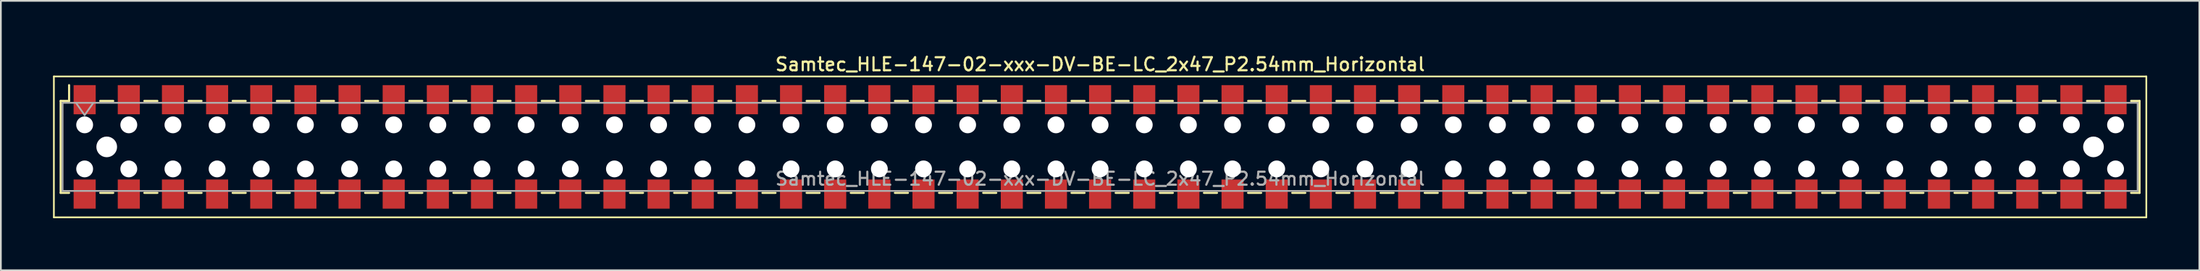
<source format=kicad_pcb>
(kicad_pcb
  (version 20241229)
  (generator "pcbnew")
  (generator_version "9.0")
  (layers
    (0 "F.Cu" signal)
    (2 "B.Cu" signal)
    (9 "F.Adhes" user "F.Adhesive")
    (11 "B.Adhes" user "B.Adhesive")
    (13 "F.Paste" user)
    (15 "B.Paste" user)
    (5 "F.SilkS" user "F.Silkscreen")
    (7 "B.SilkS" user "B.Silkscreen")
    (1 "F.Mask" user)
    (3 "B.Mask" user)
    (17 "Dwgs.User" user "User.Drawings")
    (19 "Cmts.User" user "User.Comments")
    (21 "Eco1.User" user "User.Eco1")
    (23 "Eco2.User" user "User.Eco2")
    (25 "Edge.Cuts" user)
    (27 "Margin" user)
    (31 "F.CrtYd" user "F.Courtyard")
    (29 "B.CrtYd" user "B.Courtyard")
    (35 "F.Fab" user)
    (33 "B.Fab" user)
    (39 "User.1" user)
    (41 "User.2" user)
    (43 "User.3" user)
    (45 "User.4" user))
  (footprint "Samtec_HLE-147-02-xxx-DV-BE-LC_2x47_P2.54mm_Horizontal"
    (layer "F.Cu")
    (at 60.24 5.418)
    (property "Reference" "Samtec_HLE-147-02-xxx-DV-BE-LC_2x47_P2.54mm_Horizontal" (at 0 -4.76 0) (layer "F.SilkS") (effects (font (size 0.75 0.75) (thickness 0.125))))
    (attr smd)
    (fp_line (start -60.19 -4.06) (end 60.19 -4.06) (stroke (width 0.1) (type solid)) (layer "F.SilkS"))
    (fp_line (start -60.19 4.06) (end -60.19 -4.06) (stroke (width 0.1) (type solid)) (layer "F.SilkS"))
    (fp_line (start -59.8 -2.65) (end -59.8 2.65) (stroke (width 0.12) (type solid)) (layer "F.SilkS"))
    (fp_line (start -59.8 2.65) (end -59.315 2.65) (stroke (width 0.12) (type solid)) (layer "F.SilkS"))
    (fp_line (start -59.315 -3.56) (end -59.315 -2.65) (stroke (width 0.12) (type solid)) (layer "F.SilkS"))
    (fp_line (start -59.315 -2.65) (end -59.8 -2.65) (stroke (width 0.12) (type solid)) (layer "F.SilkS"))
    (fp_line (start -57.525 -2.65) (end -56.775 -2.65) (stroke (width 0.12) (type solid)) (layer "F.SilkS"))
    (fp_line (start -57.525 2.65) (end -56.775 2.65) (stroke (width 0.12) (type solid)) (layer "F.SilkS"))
    (fp_line (start -54.985 -2.65) (end -54.235 -2.65) (stroke (width 0.12) (type solid)) (layer "F.SilkS"))
    (fp_line (start -54.985 2.65) (end -54.235 2.65) (stroke (width 0.12) (type solid)) (layer "F.SilkS"))
    (fp_line (start -52.445 -2.65) (end -51.695 -2.65) (stroke (width 0.12) (type solid)) (layer "F.SilkS"))
    (fp_line (start -52.445 2.65) (end -51.695 2.65) (stroke (width 0.12) (type solid)) (layer "F.SilkS"))
    (fp_line (start -49.905 -2.65) (end -49.155 -2.65) (stroke (width 0.12) (type solid)) (layer "F.SilkS"))
    (fp_line (start -49.905 2.65) (end -49.155 2.65) (stroke (width 0.12) (type solid)) (layer "F.SilkS"))
    (fp_line (start -47.365 -2.65) (end -46.615 -2.65) (stroke (width 0.12) (type solid)) (layer "F.SilkS"))
    (fp_line (start -47.365 2.65) (end -46.615 2.65) (stroke (width 0.12) (type solid)) (layer "F.SilkS"))
    (fp_line (start -44.825 -2.65) (end -44.075 -2.65) (stroke (width 0.12) (type solid)) (layer "F.SilkS"))
    (fp_line (start -44.825 2.65) (end -44.075 2.65) (stroke (width 0.12) (type solid)) (layer "F.SilkS"))
    (fp_line (start -42.285 -2.65) (end -41.535 -2.65) (stroke (width 0.12) (type solid)) (layer "F.SilkS"))
    (fp_line (start -42.285 2.65) (end -41.535 2.65) (stroke (width 0.12) (type solid)) (layer "F.SilkS"))
    (fp_line (start -39.745 -2.65) (end -38.995 -2.65) (stroke (width 0.12) (type solid)) (layer "F.SilkS"))
    (fp_line (start -39.745 2.65) (end -38.995 2.65) (stroke (width 0.12) (type solid)) (layer "F.SilkS"))
    (fp_line (start -37.205 -2.65) (end -36.455 -2.65) (stroke (width 0.12) (type solid)) (layer "F.SilkS"))
    (fp_line (start -37.205 2.65) (end -36.455 2.65) (stroke (width 0.12) (type solid)) (layer "F.SilkS"))
    (fp_line (start -34.665 -2.65) (end -33.915 -2.65) (stroke (width 0.12) (type solid)) (layer "F.SilkS"))
    (fp_line (start -34.665 2.65) (end -33.915 2.65) (stroke (width 0.12) (type solid)) (layer "F.SilkS"))
    (fp_line (start -32.125 -2.65) (end -31.375 -2.65) (stroke (width 0.12) (type solid)) (layer "F.SilkS"))
    (fp_line (start -32.125 2.65) (end -31.375 2.65) (stroke (width 0.12) (type solid)) (layer "F.SilkS"))
    (fp_line (start -29.585 -2.65) (end -28.835 -2.65) (stroke (width 0.12) (type solid)) (layer "F.SilkS"))
    (fp_line (start -29.585 2.65) (end -28.835 2.65) (stroke (width 0.12) (type solid)) (layer "F.SilkS"))
    (fp_line (start -27.045 -2.65) (end -26.295 -2.65) (stroke (width 0.12) (type solid)) (layer "F.SilkS"))
    (fp_line (start -27.045 2.65) (end -26.295 2.65) (stroke (width 0.12) (type solid)) (layer "F.SilkS"))
    (fp_line (start -24.505 -2.65) (end -23.755 -2.65) (stroke (width 0.12) (type solid)) (layer "F.SilkS"))
    (fp_line (start -24.505 2.65) (end -23.755 2.65) (stroke (width 0.12) (type solid)) (layer "F.SilkS"))
    (fp_line (start -21.965 -2.65) (end -21.215 -2.65) (stroke (width 0.12) (type solid)) (layer "F.SilkS"))
    (fp_line (start -21.965 2.65) (end -21.215 2.65) (stroke (width 0.12) (type solid)) (layer "F.SilkS"))
    (fp_line (start -19.425 -2.65) (end -18.675 -2.65) (stroke (width 0.12) (type solid)) (layer "F.SilkS"))
    (fp_line (start -19.425 2.65) (end -18.675 2.65) (stroke (width 0.12) (type solid)) (layer "F.SilkS"))
    (fp_line (start -16.885 -2.65) (end -16.135 -2.65) (stroke (width 0.12) (type solid)) (layer "F.SilkS"))
    (fp_line (start -16.885 2.65) (end -16.135 2.65) (stroke (width 0.12) (type solid)) (layer "F.SilkS"))
    (fp_line (start -14.345 -2.65) (end -13.595 -2.65) (stroke (width 0.12) (type solid)) (layer "F.SilkS"))
    (fp_line (start -14.345 2.65) (end -13.595 2.65) (stroke (width 0.12) (type solid)) (layer "F.SilkS"))
    (fp_line (start -11.805 -2.65) (end -11.055 -2.65) (stroke (width 0.12) (type solid)) (layer "F.SilkS"))
    (fp_line (start -11.805 2.65) (end -11.055 2.65) (stroke (width 0.12) (type solid)) (layer "F.SilkS"))
    (fp_line (start -9.265 -2.65) (end -8.515 -2.65) (stroke (width 0.12) (type solid)) (layer "F.SilkS"))
    (fp_line (start -9.265 2.65) (end -8.515 2.65) (stroke (width 0.12) (type solid)) (layer "F.SilkS"))
    (fp_line (start -6.725 -2.65) (end -5.975 -2.65) (stroke (width 0.12) (type solid)) (layer "F.SilkS"))
    (fp_line (start -6.725 2.65) (end -5.975 2.65) (stroke (width 0.12) (type solid)) (layer "F.SilkS"))
    (fp_line (start -4.185 -2.65) (end -3.435 -2.65) (stroke (width 0.12) (type solid)) (layer "F.SilkS"))
    (fp_line (start -4.185 2.65) (end -3.435 2.65) (stroke (width 0.12) (type solid)) (layer "F.SilkS"))
    (fp_line (start -1.645 -2.65) (end -0.895 -2.65) (stroke (width 0.12) (type solid)) (layer "F.SilkS"))
    (fp_line (start -1.645 2.65) (end -0.895 2.65) (stroke (width 0.12) (type solid)) (layer "F.SilkS"))
    (fp_line (start 0.895 -2.65) (end 1.645 -2.65) (stroke (width 0.12) (type solid)) (layer "F.SilkS"))
    (fp_line (start 0.895 2.65) (end 1.645 2.65) (stroke (width 0.12) (type solid)) (layer "F.SilkS"))
    (fp_line (start 3.435 -2.65) (end 4.185 -2.65) (stroke (width 0.12) (type solid)) (layer "F.SilkS"))
    (fp_line (start 3.435 2.65) (end 4.185 2.65) (stroke (width 0.12) (type solid)) (layer "F.SilkS"))
    (fp_line (start 5.975 -2.65) (end 6.725 -2.65) (stroke (width 0.12) (type solid)) (layer "F.SilkS"))
    (fp_line (start 5.975 2.65) (end 6.725 2.65) (stroke (width 0.12) (type solid)) (layer "F.SilkS"))
    (fp_line (start 8.515 -2.65) (end 9.265 -2.65) (stroke (width 0.12) (type solid)) (layer "F.SilkS"))
    (fp_line (start 8.515 2.65) (end 9.265 2.65) (stroke (width 0.12) (type solid)) (layer "F.SilkS"))
    (fp_line (start 11.055 -2.65) (end 11.805 -2.65) (stroke (width 0.12) (type solid)) (layer "F.SilkS"))
    (fp_line (start 11.055 2.65) (end 11.805 2.65) (stroke (width 0.12) (type solid)) (layer "F.SilkS"))
    (fp_line (start 13.595 -2.65) (end 14.345 -2.65) (stroke (width 0.12) (type solid)) (layer "F.SilkS"))
    (fp_line (start 13.595 2.65) (end 14.345 2.65) (stroke (width 0.12) (type solid)) (layer "F.SilkS"))
    (fp_line (start 16.135 -2.65) (end 16.885 -2.65) (stroke (width 0.12) (type solid)) (layer "F.SilkS"))
    (fp_line (start 16.135 2.65) (end 16.885 2.65) (stroke (width 0.12) (type solid)) (layer "F.SilkS"))
    (fp_line (start 18.675 -2.65) (end 19.425 -2.65) (stroke (width 0.12) (type solid)) (layer "F.SilkS"))
    (fp_line (start 18.675 2.65) (end 19.425 2.65) (stroke (width 0.12) (type solid)) (layer "F.SilkS"))
    (fp_line (start 21.215 -2.65) (end 21.965 -2.65) (stroke (width 0.12) (type solid)) (layer "F.SilkS"))
    (fp_line (start 21.215 2.65) (end 21.965 2.65) (stroke (width 0.12) (type solid)) (layer "F.SilkS"))
    (fp_line (start 23.755 -2.65) (end 24.505 -2.65) (stroke (width 0.12) (type solid)) (layer "F.SilkS"))
    (fp_line (start 23.755 2.65) (end 24.505 2.65) (stroke (width 0.12) (type solid)) (layer "F.SilkS"))
    (fp_line (start 26.295 -2.65) (end 27.045 -2.65) (stroke (width 0.12) (type solid)) (layer "F.SilkS"))
    (fp_line (start 26.295 2.65) (end 27.045 2.65) (stroke (width 0.12) (type solid)) (layer "F.SilkS"))
    (fp_line (start 28.835 -2.65) (end 29.585 -2.65) (stroke (width 0.12) (type solid)) (layer "F.SilkS"))
    (fp_line (start 28.835 2.65) (end 29.585 2.65) (stroke (width 0.12) (type solid)) (layer "F.SilkS"))
    (fp_line (start 31.375 -2.65) (end 32.125 -2.65) (stroke (width 0.12) (type solid)) (layer "F.SilkS"))
    (fp_line (start 31.375 2.65) (end 32.125 2.65) (stroke (width 0.12) (type solid)) (layer "F.SilkS"))
    (fp_line (start 33.915 -2.65) (end 34.665 -2.65) (stroke (width 0.12) (type solid)) (layer "F.SilkS"))
    (fp_line (start 33.915 2.65) (end 34.665 2.65) (stroke (width 0.12) (type solid)) (layer "F.SilkS"))
    (fp_line (start 36.455 -2.65) (end 37.205 -2.65) (stroke (width 0.12) (type solid)) (layer "F.SilkS"))
    (fp_line (start 36.455 2.65) (end 37.205 2.65) (stroke (width 0.12) (type solid)) (layer "F.SilkS"))
    (fp_line (start 38.995 -2.65) (end 39.745 -2.65) (stroke (width 0.12) (type solid)) (layer "F.SilkS"))
    (fp_line (start 38.995 2.65) (end 39.745 2.65) (stroke (width 0.12) (type solid)) (layer "F.SilkS"))
    (fp_line (start 41.535 -2.65) (end 42.285 -2.65) (stroke (width 0.12) (type solid)) (layer "F.SilkS"))
    (fp_line (start 41.535 2.65) (end 42.285 2.65) (stroke (width 0.12) (type solid)) (layer "F.SilkS"))
    (fp_line (start 44.075 -2.65) (end 44.825 -2.65) (stroke (width 0.12) (type solid)) (layer "F.SilkS"))
    (fp_line (start 44.075 2.65) (end 44.825 2.65) (stroke (width 0.12) (type solid)) (layer "F.SilkS"))
    (fp_line (start 46.615 -2.65) (end 47.365 -2.65) (stroke (width 0.12) (type solid)) (layer "F.SilkS"))
    (fp_line (start 46.615 2.65) (end 47.365 2.65) (stroke (width 0.12) (type solid)) (layer "F.SilkS"))
    (fp_line (start 49.155 -2.65) (end 49.905 -2.65) (stroke (width 0.12) (type solid)) (layer "F.SilkS"))
    (fp_line (start 49.155 2.65) (end 49.905 2.65) (stroke (width 0.12) (type solid)) (layer "F.SilkS"))
    (fp_line (start 51.695 -2.65) (end 52.445 -2.65) (stroke (width 0.12) (type solid)) (layer "F.SilkS"))
    (fp_line (start 51.695 2.65) (end 52.445 2.65) (stroke (width 0.12) (type solid)) (layer "F.SilkS"))
    (fp_line (start 54.235 -2.65) (end 54.985 -2.65) (stroke (width 0.12) (type solid)) (layer "F.SilkS"))
    (fp_line (start 54.235 2.65) (end 54.985 2.65) (stroke (width 0.12) (type solid)) (layer "F.SilkS"))
    (fp_line (start 56.775 -2.65) (end 57.525 -2.65) (stroke (width 0.12) (type solid)) (layer "F.SilkS"))
    (fp_line (start 56.775 2.65) (end 57.525 2.65) (stroke (width 0.12) (type solid)) (layer "F.SilkS"))
    (fp_line (start 59.315 -2.65) (end 59.8 -2.65) (stroke (width 0.12) (type solid)) (layer "F.SilkS"))
    (fp_line (start 59.8 -2.65) (end 59.8 2.65) (stroke (width 0.12) (type solid)) (layer "F.SilkS"))
    (fp_line (start 59.8 2.65) (end 59.315 2.65) (stroke (width 0.12) (type solid)) (layer "F.SilkS"))
    (fp_line (start 60.19 -4.06) (end 60.19 4.06) (stroke (width 0.1) (type solid)) (layer "F.SilkS"))
    (fp_line (start 60.19 4.06) (end -60.19 4.06) (stroke (width 0.1) (type solid)) (layer "F.SilkS"))
    (fp_line (start -59.69 -2.54) (end 59.69 -2.54) (stroke (width 0.1) (type solid)) (layer "F.Fab"))
    (fp_line (start -59.69 2.54) (end -59.69 -2.54) (stroke (width 0.1) (type solid)) (layer "F.Fab"))
    (fp_line (start -58.92 -2.54) (end -58.42 -1.833) (stroke (width 0.1) (type solid)) (layer "F.Fab"))
    (fp_line (start -58.42 -1.833) (end -57.92 -2.54) (stroke (width 0.1) (type solid)) (layer "F.Fab"))
    (fp_line (start 59.69 -2.54) (end 59.69 2.54) (stroke (width 0.1) (type solid)) (layer "F.Fab"))
    (fp_line (start 59.69 2.54) (end -59.69 2.54) (stroke (width 0.1) (type solid)) (layer "F.Fab"))
    (fp_text user "${REFERENCE}" (at 0 1.84 0) (layer "F.Fab") (effects (font (size 0.75 0.75) (thickness 0.125))))
    (pad "" np_thru_hole circle (at -58.42 -1.27) (size 0.97 0.97) (drill 0.97) (layers "*.Cu" "*.Mask"))
    (pad "" np_thru_hole circle (at -58.42 1.27) (size 0.97 0.97) (drill 0.97) (layers "*.Cu" "*.Mask"))
    (pad "" np_thru_hole circle (at -57.15 0) (size 1.19 1.19) (drill 1.19) (layers "*.Cu" "*.Mask"))
    (pad "" np_thru_hole circle (at -55.88 -1.27) (size 0.97 0.97) (drill 0.97) (layers "*.Cu" "*.Mask"))
    (pad "" np_thru_hole circle (at -55.88 1.27) (size 0.97 0.97) (drill 0.97) (layers "*.Cu" "*.Mask"))
    (pad "" np_thru_hole circle (at -53.34 -1.27) (size 0.97 0.97) (drill 0.97) (layers "*.Cu" "*.Mask"))
    (pad "" np_thru_hole circle (at -53.34 1.27) (size 0.97 0.97) (drill 0.97) (layers "*.Cu" "*.Mask"))
    (pad "" np_thru_hole circle (at -50.8 -1.27) (size 0.97 0.97) (drill 0.97) (layers "*.Cu" "*.Mask"))
    (pad "" np_thru_hole circle (at -50.8 1.27) (size 0.97 0.97) (drill 0.97) (layers "*.Cu" "*.Mask"))
    (pad "" np_thru_hole circle (at -48.26 -1.27) (size 0.97 0.97) (drill 0.97) (layers "*.Cu" "*.Mask"))
    (pad "" np_thru_hole circle (at -48.26 1.27) (size 0.97 0.97) (drill 0.97) (layers "*.Cu" "*.Mask"))
    (pad "" np_thru_hole circle (at -45.72 -1.27) (size 0.97 0.97) (drill 0.97) (layers "*.Cu" "*.Mask"))
    (pad "" np_thru_hole circle (at -45.72 1.27) (size 0.97 0.97) (drill 0.97) (layers "*.Cu" "*.Mask"))
    (pad "" np_thru_hole circle (at -43.18 -1.27) (size 0.97 0.97) (drill 0.97) (layers "*.Cu" "*.Mask"))
    (pad "" np_thru_hole circle (at -43.18 1.27) (size 0.97 0.97) (drill 0.97) (layers "*.Cu" "*.Mask"))
    (pad "" np_thru_hole circle (at -40.64 -1.27) (size 0.97 0.97) (drill 0.97) (layers "*.Cu" "*.Mask"))
    (pad "" np_thru_hole circle (at -40.64 1.27) (size 0.97 0.97) (drill 0.97) (layers "*.Cu" "*.Mask"))
    (pad "" np_thru_hole circle (at -38.1 -1.27) (size 0.97 0.97) (drill 0.97) (layers "*.Cu" "*.Mask"))
    (pad "" np_thru_hole circle (at -38.1 1.27) (size 0.97 0.97) (drill 0.97) (layers "*.Cu" "*.Mask"))
    (pad "" np_thru_hole circle (at -35.56 -1.27) (size 0.97 0.97) (drill 0.97) (layers "*.Cu" "*.Mask"))
    (pad "" np_thru_hole circle (at -35.56 1.27) (size 0.97 0.97) (drill 0.97) (layers "*.Cu" "*.Mask"))
    (pad "" np_thru_hole circle (at -33.02 -1.27) (size 0.97 0.97) (drill 0.97) (layers "*.Cu" "*.Mask"))
    (pad "" np_thru_hole circle (at -33.02 1.27) (size 0.97 0.97) (drill 0.97) (layers "*.Cu" "*.Mask"))
    (pad "" np_thru_hole circle (at -30.48 -1.27) (size 0.97 0.97) (drill 0.97) (layers "*.Cu" "*.Mask"))
    (pad "" np_thru_hole circle (at -30.48 1.27) (size 0.97 0.97) (drill 0.97) (layers "*.Cu" "*.Mask"))
    (pad "" np_thru_hole circle (at -27.94 -1.27) (size 0.97 0.97) (drill 0.97) (layers "*.Cu" "*.Mask"))
    (pad "" np_thru_hole circle (at -27.94 1.27) (size 0.97 0.97) (drill 0.97) (layers "*.Cu" "*.Mask"))
    (pad "" np_thru_hole circle (at -25.4 -1.27) (size 0.97 0.97) (drill 0.97) (layers "*.Cu" "*.Mask"))
    (pad "" np_thru_hole circle (at -25.4 1.27) (size 0.97 0.97) (drill 0.97) (layers "*.Cu" "*.Mask"))
    (pad "" np_thru_hole circle (at -22.86 -1.27) (size 0.97 0.97) (drill 0.97) (layers "*.Cu" "*.Mask"))
    (pad "" np_thru_hole circle (at -22.86 1.27) (size 0.97 0.97) (drill 0.97) (layers "*.Cu" "*.Mask"))
    (pad "" np_thru_hole circle (at -20.32 -1.27) (size 0.97 0.97) (drill 0.97) (layers "*.Cu" "*.Mask"))
    (pad "" np_thru_hole circle (at -20.32 1.27) (size 0.97 0.97) (drill 0.97) (layers "*.Cu" "*.Mask"))
    (pad "" np_thru_hole circle (at -17.78 -1.27) (size 0.97 0.97) (drill 0.97) (layers "*.Cu" "*.Mask"))
    (pad "" np_thru_hole circle (at -17.78 1.27) (size 0.97 0.97) (drill 0.97) (layers "*.Cu" "*.Mask"))
    (pad "" np_thru_hole circle (at -15.24 -1.27) (size 0.97 0.97) (drill 0.97) (layers "*.Cu" "*.Mask"))
    (pad "" np_thru_hole circle (at -15.24 1.27) (size 0.97 0.97) (drill 0.97) (layers "*.Cu" "*.Mask"))
    (pad "" np_thru_hole circle (at -12.7 -1.27) (size 0.97 0.97) (drill 0.97) (layers "*.Cu" "*.Mask"))
    (pad "" np_thru_hole circle (at -12.7 1.27) (size 0.97 0.97) (drill 0.97) (layers "*.Cu" "*.Mask"))
    (pad "" np_thru_hole circle (at -10.16 -1.27) (size 0.97 0.97) (drill 0.97) (layers "*.Cu" "*.Mask"))
    (pad "" np_thru_hole circle (at -10.16 1.27) (size 0.97 0.97) (drill 0.97) (layers "*.Cu" "*.Mask"))
    (pad "" np_thru_hole circle (at -7.62 -1.27) (size 0.97 0.97) (drill 0.97) (layers "*.Cu" "*.Mask"))
    (pad "" np_thru_hole circle (at -7.62 1.27) (size 0.97 0.97) (drill 0.97) (layers "*.Cu" "*.Mask"))
    (pad "" np_thru_hole circle (at -5.08 -1.27) (size 0.97 0.97) (drill 0.97) (layers "*.Cu" "*.Mask"))
    (pad "" np_thru_hole circle (at -5.08 1.27) (size 0.97 0.97) (drill 0.97) (layers "*.Cu" "*.Mask"))
    (pad "" np_thru_hole circle (at -2.54 -1.27) (size 0.97 0.97) (drill 0.97) (layers "*.Cu" "*.Mask"))
    (pad "" np_thru_hole circle (at -2.54 1.27) (size 0.97 0.97) (drill 0.97) (layers "*.Cu" "*.Mask"))
    (pad "" np_thru_hole circle (at 0 -1.27) (size 0.97 0.97) (drill 0.97) (layers "*.Cu" "*.Mask"))
    (pad "" np_thru_hole circle (at 0 1.27) (size 0.97 0.97) (drill 0.97) (layers "*.Cu" "*.Mask"))
    (pad "" np_thru_hole circle (at 2.54 -1.27) (size 0.97 0.97) (drill 0.97) (layers "*.Cu" "*.Mask"))
    (pad "" np_thru_hole circle (at 2.54 1.27) (size 0.97 0.97) (drill 0.97) (layers "*.Cu" "*.Mask"))
    (pad "" np_thru_hole circle (at 5.08 -1.27) (size 0.97 0.97) (drill 0.97) (layers "*.Cu" "*.Mask"))
    (pad "" np_thru_hole circle (at 5.08 1.27) (size 0.97 0.97) (drill 0.97) (layers "*.Cu" "*.Mask"))
    (pad "" np_thru_hole circle (at 7.62 -1.27) (size 0.97 0.97) (drill 0.97) (layers "*.Cu" "*.Mask"))
    (pad "" np_thru_hole circle (at 7.62 1.27) (size 0.97 0.97) (drill 0.97) (layers "*.Cu" "*.Mask"))
    (pad "" np_thru_hole circle (at 10.16 -1.27) (size 0.97 0.97) (drill 0.97) (layers "*.Cu" "*.Mask"))
    (pad "" np_thru_hole circle (at 10.16 1.27) (size 0.97 0.97) (drill 0.97) (layers "*.Cu" "*.Mask"))
    (pad "" np_thru_hole circle (at 12.7 -1.27) (size 0.97 0.97) (drill 0.97) (layers "*.Cu" "*.Mask"))
    (pad "" np_thru_hole circle (at 12.7 1.27) (size 0.97 0.97) (drill 0.97) (layers "*.Cu" "*.Mask"))
    (pad "" np_thru_hole circle (at 15.24 -1.27) (size 0.97 0.97) (drill 0.97) (layers "*.Cu" "*.Mask"))
    (pad "" np_thru_hole circle (at 15.24 1.27) (size 0.97 0.97) (drill 0.97) (layers "*.Cu" "*.Mask"))
    (pad "" np_thru_hole circle (at 17.78 -1.27) (size 0.97 0.97) (drill 0.97) (layers "*.Cu" "*.Mask"))
    (pad "" np_thru_hole circle (at 17.78 1.27) (size 0.97 0.97) (drill 0.97) (layers "*.Cu" "*.Mask"))
    (pad "" np_thru_hole circle (at 20.32 -1.27) (size 0.97 0.97) (drill 0.97) (layers "*.Cu" "*.Mask"))
    (pad "" np_thru_hole circle (at 20.32 1.27) (size 0.97 0.97) (drill 0.97) (layers "*.Cu" "*.Mask"))
    (pad "" np_thru_hole circle (at 22.86 -1.27) (size 0.97 0.97) (drill 0.97) (layers "*.Cu" "*.Mask"))
    (pad "" np_thru_hole circle (at 22.86 1.27) (size 0.97 0.97) (drill 0.97) (layers "*.Cu" "*.Mask"))
    (pad "" np_thru_hole circle (at 25.4 -1.27) (size 0.97 0.97) (drill 0.97) (layers "*.Cu" "*.Mask"))
    (pad "" np_thru_hole circle (at 25.4 1.27) (size 0.97 0.97) (drill 0.97) (layers "*.Cu" "*.Mask"))
    (pad "" np_thru_hole circle (at 27.94 -1.27) (size 0.97 0.97) (drill 0.97) (layers "*.Cu" "*.Mask"))
    (pad "" np_thru_hole circle (at 27.94 1.27) (size 0.97 0.97) (drill 0.97) (layers "*.Cu" "*.Mask"))
    (pad "" np_thru_hole circle (at 30.48 -1.27) (size 0.97 0.97) (drill 0.97) (layers "*.Cu" "*.Mask"))
    (pad "" np_thru_hole circle (at 30.48 1.27) (size 0.97 0.97) (drill 0.97) (layers "*.Cu" "*.Mask"))
    (pad "" np_thru_hole circle (at 33.02 -1.27) (size 0.97 0.97) (drill 0.97) (layers "*.Cu" "*.Mask"))
    (pad "" np_thru_hole circle (at 33.02 1.27) (size 0.97 0.97) (drill 0.97) (layers "*.Cu" "*.Mask"))
    (pad "" np_thru_hole circle (at 35.56 -1.27) (size 0.97 0.97) (drill 0.97) (layers "*.Cu" "*.Mask"))
    (pad "" np_thru_hole circle (at 35.56 1.27) (size 0.97 0.97) (drill 0.97) (layers "*.Cu" "*.Mask"))
    (pad "" np_thru_hole circle (at 38.1 -1.27) (size 0.97 0.97) (drill 0.97) (layers "*.Cu" "*.Mask"))
    (pad "" np_thru_hole circle (at 38.1 1.27) (size 0.97 0.97) (drill 0.97) (layers "*.Cu" "*.Mask"))
    (pad "" np_thru_hole circle (at 40.64 -1.27) (size 0.97 0.97) (drill 0.97) (layers "*.Cu" "*.Mask"))
    (pad "" np_thru_hole circle (at 40.64 1.27) (size 0.97 0.97) (drill 0.97) (layers "*.Cu" "*.Mask"))
    (pad "" np_thru_hole circle (at 43.18 -1.27) (size 0.97 0.97) (drill 0.97) (layers "*.Cu" "*.Mask"))
    (pad "" np_thru_hole circle (at 43.18 1.27) (size 0.97 0.97) (drill 0.97) (layers "*.Cu" "*.Mask"))
    (pad "" np_thru_hole circle (at 45.72 -1.27) (size 0.97 0.97) (drill 0.97) (layers "*.Cu" "*.Mask"))
    (pad "" np_thru_hole circle (at 45.72 1.27) (size 0.97 0.97) (drill 0.97) (layers "*.Cu" "*.Mask"))
    (pad "" np_thru_hole circle (at 48.26 -1.27) (size 0.97 0.97) (drill 0.97) (layers "*.Cu" "*.Mask"))
    (pad "" np_thru_hole circle (at 48.26 1.27) (size 0.97 0.97) (drill 0.97) (layers "*.Cu" "*.Mask"))
    (pad "" np_thru_hole circle (at 50.8 -1.27) (size 0.97 0.97) (drill 0.97) (layers "*.Cu" "*.Mask"))
    (pad "" np_thru_hole circle (at 50.8 1.27) (size 0.97 0.97) (drill 0.97) (layers "*.Cu" "*.Mask"))
    (pad "" np_thru_hole circle (at 53.34 -1.27) (size 0.97 0.97) (drill 0.97) (layers "*.Cu" "*.Mask"))
    (pad "" np_thru_hole circle (at 53.34 1.27) (size 0.97 0.97) (drill 0.97) (layers "*.Cu" "*.Mask"))
    (pad "" np_thru_hole circle (at 55.88 -1.27) (size 0.97 0.97) (drill 0.97) (layers "*.Cu" "*.Mask"))
    (pad "" np_thru_hole circle (at 55.88 1.27) (size 0.97 0.97) (drill 0.97) (layers "*.Cu" "*.Mask"))
    (pad "" np_thru_hole circle (at 57.15 0) (size 1.19 1.19) (drill 1.19) (layers "*.Cu" "*.Mask"))
    (pad "" np_thru_hole circle (at 58.42 -1.27) (size 0.97 0.97) (drill 0.97) (layers "*.Cu" "*.Mask"))
    (pad "" np_thru_hole circle (at 58.42 1.27) (size 0.97 0.97) (drill 0.97) (layers "*.Cu" "*.Mask"))
    (pad "1" smd rect (at -58.42 -2.72) (size 1.27 1.68) (layers "F.Cu" "F.Mask" "F.Paste"))
    (pad "2" smd rect (at -58.42 2.72) (size 1.27 1.68) (layers "F.Cu" "F.Mask" "F.Paste"))
    (pad "3" smd rect (at -55.88 -2.72) (size 1.27 1.68) (layers "F.Cu" "F.Mask" "F.Paste"))
    (pad "4" smd rect (at -55.88 2.72) (size 1.27 1.68) (layers "F.Cu" "F.Mask" "F.Paste"))
    (pad "5" smd rect (at -53.34 -2.72) (size 1.27 1.68) (layers "F.Cu" "F.Mask" "F.Paste"))
    (pad "6" smd rect (at -53.34 2.72) (size 1.27 1.68) (layers "F.Cu" "F.Mask" "F.Paste"))
    (pad "7" smd rect (at -50.8 -2.72) (size 1.27 1.68) (layers "F.Cu" "F.Mask" "F.Paste"))
    (pad "8" smd rect (at -50.8 2.72) (size 1.27 1.68) (layers "F.Cu" "F.Mask" "F.Paste"))
    (pad "9" smd rect (at -48.26 -2.72) (size 1.27 1.68) (layers "F.Cu" "F.Mask" "F.Paste"))
    (pad "10" smd rect (at -48.26 2.72) (size 1.27 1.68) (layers "F.Cu" "F.Mask" "F.Paste"))
    (pad "11" smd rect (at -45.72 -2.72) (size 1.27 1.68) (layers "F.Cu" "F.Mask" "F.Paste"))
    (pad "12" smd rect (at -45.72 2.72) (size 1.27 1.68) (layers "F.Cu" "F.Mask" "F.Paste"))
    (pad "13" smd rect (at -43.18 -2.72) (size 1.27 1.68) (layers "F.Cu" "F.Mask" "F.Paste"))
    (pad "14" smd rect (at -43.18 2.72) (size 1.27 1.68) (layers "F.Cu" "F.Mask" "F.Paste"))
    (pad "15" smd rect (at -40.64 -2.72) (size 1.27 1.68) (layers "F.Cu" "F.Mask" "F.Paste"))
    (pad "16" smd rect (at -40.64 2.72) (size 1.27 1.68) (layers "F.Cu" "F.Mask" "F.Paste"))
    (pad "17" smd rect (at -38.1 -2.72) (size 1.27 1.68) (layers "F.Cu" "F.Mask" "F.Paste"))
    (pad "18" smd rect (at -38.1 2.72) (size 1.27 1.68) (layers "F.Cu" "F.Mask" "F.Paste"))
    (pad "19" smd rect (at -35.56 -2.72) (size 1.27 1.68) (layers "F.Cu" "F.Mask" "F.Paste"))
    (pad "20" smd rect (at -35.56 2.72) (size 1.27 1.68) (layers "F.Cu" "F.Mask" "F.Paste"))
    (pad "21" smd rect (at -33.02 -2.72) (size 1.27 1.68) (layers "F.Cu" "F.Mask" "F.Paste"))
    (pad "22" smd rect (at -33.02 2.72) (size 1.27 1.68) (layers "F.Cu" "F.Mask" "F.Paste"))
    (pad "23" smd rect (at -30.48 -2.72) (size 1.27 1.68) (layers "F.Cu" "F.Mask" "F.Paste"))
    (pad "24" smd rect (at -30.48 2.72) (size 1.27 1.68) (layers "F.Cu" "F.Mask" "F.Paste"))
    (pad "25" smd rect (at -27.94 -2.72) (size 1.27 1.68) (layers "F.Cu" "F.Mask" "F.Paste"))
    (pad "26" smd rect (at -27.94 2.72) (size 1.27 1.68) (layers "F.Cu" "F.Mask" "F.Paste"))
    (pad "27" smd rect (at -25.4 -2.72) (size 1.27 1.68) (layers "F.Cu" "F.Mask" "F.Paste"))
    (pad "28" smd rect (at -25.4 2.72) (size 1.27 1.68) (layers "F.Cu" "F.Mask" "F.Paste"))
    (pad "29" smd rect (at -22.86 -2.72) (size 1.27 1.68) (layers "F.Cu" "F.Mask" "F.Paste"))
    (pad "30" smd rect (at -22.86 2.72) (size 1.27 1.68) (layers "F.Cu" "F.Mask" "F.Paste"))
    (pad "31" smd rect (at -20.32 -2.72) (size 1.27 1.68) (layers "F.Cu" "F.Mask" "F.Paste"))
    (pad "32" smd rect (at -20.32 2.72) (size 1.27 1.68) (layers "F.Cu" "F.Mask" "F.Paste"))
    (pad "33" smd rect (at -17.78 -2.72) (size 1.27 1.68) (layers "F.Cu" "F.Mask" "F.Paste"))
    (pad "34" smd rect (at -17.78 2.72) (size 1.27 1.68) (layers "F.Cu" "F.Mask" "F.Paste"))
    (pad "35" smd rect (at -15.24 -2.72) (size 1.27 1.68) (layers "F.Cu" "F.Mask" "F.Paste"))
    (pad "36" smd rect (at -15.24 2.72) (size 1.27 1.68) (layers "F.Cu" "F.Mask" "F.Paste"))
    (pad "37" smd rect (at -12.7 -2.72) (size 1.27 1.68) (layers "F.Cu" "F.Mask" "F.Paste"))
    (pad "38" smd rect (at -12.7 2.72) (size 1.27 1.68) (layers "F.Cu" "F.Mask" "F.Paste"))
    (pad "39" smd rect (at -10.16 -2.72) (size 1.27 1.68) (layers "F.Cu" "F.Mask" "F.Paste"))
    (pad "40" smd rect (at -10.16 2.72) (size 1.27 1.68) (layers "F.Cu" "F.Mask" "F.Paste"))
    (pad "41" smd rect (at -7.62 -2.72) (size 1.27 1.68) (layers "F.Cu" "F.Mask" "F.Paste"))
    (pad "42" smd rect (at -7.62 2.72) (size 1.27 1.68) (layers "F.Cu" "F.Mask" "F.Paste"))
    (pad "43" smd rect (at -5.08 -2.72) (size 1.27 1.68) (layers "F.Cu" "F.Mask" "F.Paste"))
    (pad "44" smd rect (at -5.08 2.72) (size 1.27 1.68) (layers "F.Cu" "F.Mask" "F.Paste"))
    (pad "45" smd rect (at -2.54 -2.72) (size 1.27 1.68) (layers "F.Cu" "F.Mask" "F.Paste"))
    (pad "46" smd rect (at -2.54 2.72) (size 1.27 1.68) (layers "F.Cu" "F.Mask" "F.Paste"))
    (pad "47" smd rect (at 0 -2.72) (size 1.27 1.68) (layers "F.Cu" "F.Mask" "F.Paste"))
    (pad "48" smd rect (at 0 2.72) (size 1.27 1.68) (layers "F.Cu" "F.Mask" "F.Paste"))
    (pad "49" smd rect (at 2.54 -2.72) (size 1.27 1.68) (layers "F.Cu" "F.Mask" "F.Paste"))
    (pad "50" smd rect (at 2.54 2.72) (size 1.27 1.68) (layers "F.Cu" "F.Mask" "F.Paste"))
    (pad "51" smd rect (at 5.08 -2.72) (size 1.27 1.68) (layers "F.Cu" "F.Mask" "F.Paste"))
    (pad "52" smd rect (at 5.08 2.72) (size 1.27 1.68) (layers "F.Cu" "F.Mask" "F.Paste"))
    (pad "53" smd rect (at 7.62 -2.72) (size 1.27 1.68) (layers "F.Cu" "F.Mask" "F.Paste"))
    (pad "54" smd rect (at 7.62 2.72) (size 1.27 1.68) (layers "F.Cu" "F.Mask" "F.Paste"))
    (pad "55" smd rect (at 10.16 -2.72) (size 1.27 1.68) (layers "F.Cu" "F.Mask" "F.Paste"))
    (pad "56" smd rect (at 10.16 2.72) (size 1.27 1.68) (layers "F.Cu" "F.Mask" "F.Paste"))
    (pad "57" smd rect (at 12.7 -2.72) (size 1.27 1.68) (layers "F.Cu" "F.Mask" "F.Paste"))
    (pad "58" smd rect (at 12.7 2.72) (size 1.27 1.68) (layers "F.Cu" "F.Mask" "F.Paste"))
    (pad "59" smd rect (at 15.24 -2.72) (size 1.27 1.68) (layers "F.Cu" "F.Mask" "F.Paste"))
    (pad "60" smd rect (at 15.24 2.72) (size 1.27 1.68) (layers "F.Cu" "F.Mask" "F.Paste"))
    (pad "61" smd rect (at 17.78 -2.72) (size 1.27 1.68) (layers "F.Cu" "F.Mask" "F.Paste"))
    (pad "62" smd rect (at 17.78 2.72) (size 1.27 1.68) (layers "F.Cu" "F.Mask" "F.Paste"))
    (pad "63" smd rect (at 20.32 -2.72) (size 1.27 1.68) (layers "F.Cu" "F.Mask" "F.Paste"))
    (pad "64" smd rect (at 20.32 2.72) (size 1.27 1.68) (layers "F.Cu" "F.Mask" "F.Paste"))
    (pad "65" smd rect (at 22.86 -2.72) (size 1.27 1.68) (layers "F.Cu" "F.Mask" "F.Paste"))
    (pad "66" smd rect (at 22.86 2.72) (size 1.27 1.68) (layers "F.Cu" "F.Mask" "F.Paste"))
    (pad "67" smd rect (at 25.4 -2.72) (size 1.27 1.68) (layers "F.Cu" "F.Mask" "F.Paste"))
    (pad "68" smd rect (at 25.4 2.72) (size 1.27 1.68) (layers "F.Cu" "F.Mask" "F.Paste"))
    (pad "69" smd rect (at 27.94 -2.72) (size 1.27 1.68) (layers "F.Cu" "F.Mask" "F.Paste"))
    (pad "70" smd rect (at 27.94 2.72) (size 1.27 1.68) (layers "F.Cu" "F.Mask" "F.Paste"))
    (pad "71" smd rect (at 30.48 -2.72) (size 1.27 1.68) (layers "F.Cu" "F.Mask" "F.Paste"))
    (pad "72" smd rect (at 30.48 2.72) (size 1.27 1.68) (layers "F.Cu" "F.Mask" "F.Paste"))
    (pad "73" smd rect (at 33.02 -2.72) (size 1.27 1.68) (layers "F.Cu" "F.Mask" "F.Paste"))
    (pad "74" smd rect (at 33.02 2.72) (size 1.27 1.68) (layers "F.Cu" "F.Mask" "F.Paste"))
    (pad "75" smd rect (at 35.56 -2.72) (size 1.27 1.68) (layers "F.Cu" "F.Mask" "F.Paste"))
    (pad "76" smd rect (at 35.56 2.72) (size 1.27 1.68) (layers "F.Cu" "F.Mask" "F.Paste"))
    (pad "77" smd rect (at 38.1 -2.72) (size 1.27 1.68) (layers "F.Cu" "F.Mask" "F.Paste"))
    (pad "78" smd rect (at 38.1 2.72) (size 1.27 1.68) (layers "F.Cu" "F.Mask" "F.Paste"))
    (pad "79" smd rect (at 40.64 -2.72) (size 1.27 1.68) (layers "F.Cu" "F.Mask" "F.Paste"))
    (pad "80" smd rect (at 40.64 2.72) (size 1.27 1.68) (layers "F.Cu" "F.Mask" "F.Paste"))
    (pad "81" smd rect (at 43.18 -2.72) (size 1.27 1.68) (layers "F.Cu" "F.Mask" "F.Paste"))
    (pad "82" smd rect (at 43.18 2.72) (size 1.27 1.68) (layers "F.Cu" "F.Mask" "F.Paste"))
    (pad "83" smd rect (at 45.72 -2.72) (size 1.27 1.68) (layers "F.Cu" "F.Mask" "F.Paste"))
    (pad "84" smd rect (at 45.72 2.72) (size 1.27 1.68) (layers "F.Cu" "F.Mask" "F.Paste"))
    (pad "85" smd rect (at 48.26 -2.72) (size 1.27 1.68) (layers "F.Cu" "F.Mask" "F.Paste"))
    (pad "86" smd rect (at 48.26 2.72) (size 1.27 1.68) (layers "F.Cu" "F.Mask" "F.Paste"))
    (pad "87" smd rect (at 50.8 -2.72) (size 1.27 1.68) (layers "F.Cu" "F.Mask" "F.Paste"))
    (pad "88" smd rect (at 50.8 2.72) (size 1.27 1.68) (layers "F.Cu" "F.Mask" "F.Paste"))
    (pad "89" smd rect (at 53.34 -2.72) (size 1.27 1.68) (layers "F.Cu" "F.Mask" "F.Paste"))
    (pad "90" smd rect (at 53.34 2.72) (size 1.27 1.68) (layers "F.Cu" "F.Mask" "F.Paste"))
    (pad "91" smd rect (at 55.88 -2.72) (size 1.27 1.68) (layers "F.Cu" "F.Mask" "F.Paste"))
    (pad "92" smd rect (at 55.88 2.72) (size 1.27 1.68) (layers "F.Cu" "F.Mask" "F.Paste"))
    (pad "93" smd rect (at 58.42 -2.72) (size 1.27 1.68) (layers "F.Cu" "F.Mask" "F.Paste"))
    (pad "94" smd rect (at 58.42 2.72) (size 1.27 1.68) (layers "F.Cu" "F.Mask" "F.Paste")))
  (gr_rect
    (start -3 -3)
    (end 123.48 12.528)
    (stroke (width 0.1) (type default))
    (fill no)
    (layer "Edge.Cuts")))
</source>
